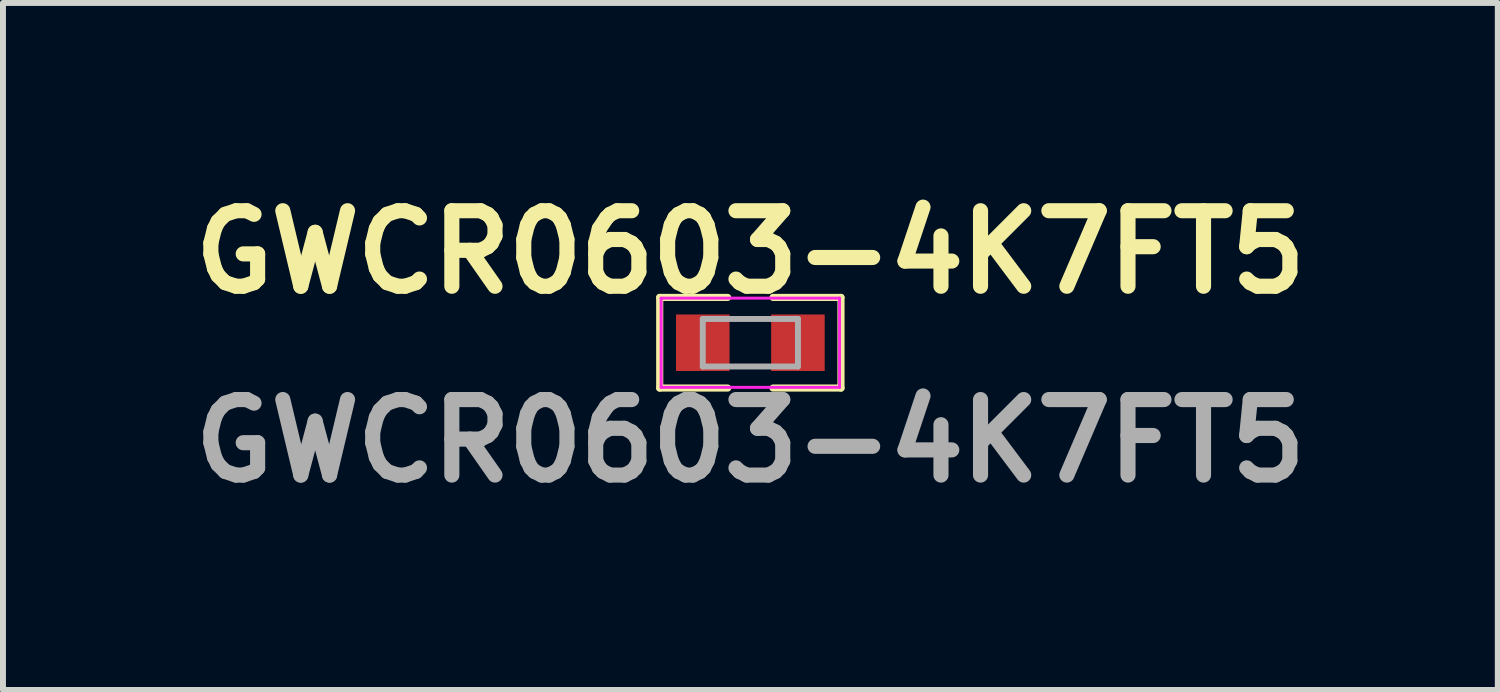
<source format=kicad_pcb>
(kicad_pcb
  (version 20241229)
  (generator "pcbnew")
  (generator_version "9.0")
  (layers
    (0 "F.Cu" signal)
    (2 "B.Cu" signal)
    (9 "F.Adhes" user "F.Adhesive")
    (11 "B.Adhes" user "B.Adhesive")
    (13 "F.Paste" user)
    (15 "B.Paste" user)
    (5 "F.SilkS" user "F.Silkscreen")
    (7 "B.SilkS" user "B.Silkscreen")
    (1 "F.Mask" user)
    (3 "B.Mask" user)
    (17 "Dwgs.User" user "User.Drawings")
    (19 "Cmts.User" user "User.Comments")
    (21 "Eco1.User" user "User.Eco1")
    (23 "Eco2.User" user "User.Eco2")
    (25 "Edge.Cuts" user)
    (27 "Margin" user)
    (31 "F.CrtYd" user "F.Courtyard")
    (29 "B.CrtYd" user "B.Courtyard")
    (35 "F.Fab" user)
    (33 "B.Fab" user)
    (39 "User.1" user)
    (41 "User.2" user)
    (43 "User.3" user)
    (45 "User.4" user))
  (footprint "GWCR0603-4K7FT5"
    (layer "F.Cu")
    (at 9.567 2.713)
    (property "Reference" "GWCR0603-4K7FT5" (at 0 -1.524 0) (layer "F.SilkS") (effects (font (size 1.27 1.27) (thickness 0.254))))
    (attr smd)
    (fp_line (start -1.524 -0.762) (end -1.524 0.762) (stroke (width 0.12) (type solid)) (layer "F.SilkS"))
    (fp_line (start -1.524 0.762) (end -0.381 0.762) (stroke (width 0.12) (type solid)) (layer "F.SilkS"))
    (fp_line (start -0.381 -0.762) (end -1.524 -0.762) (stroke (width 0.12) (type solid)) (layer "F.SilkS"))
    (fp_line (start 0.381 -0.762) (end 1.524 -0.762) (stroke (width 0.12) (type solid)) (layer "F.SilkS"))
    (fp_line (start 1.524 -0.762) (end 1.524 0.762) (stroke (width 0.12) (type solid)) (layer "F.SilkS"))
    (fp_line (start 1.524 0.762) (end 0.381 0.762) (stroke (width 0.12) (type solid)) (layer "F.SilkS"))
    (fp_line (start -1.5 -0.75) (end 1.5 -0.75) (stroke (width 0.05) (type solid)) (layer "F.CrtYd"))
    (fp_line (start -1.5 0.75) (end -1.5 -0.75) (stroke (width 0.05) (type solid)) (layer "F.CrtYd"))
    (fp_line (start 1.5 -0.75) (end 1.5 0.75) (stroke (width 0.05) (type solid)) (layer "F.CrtYd"))
    (fp_line (start 1.5 0.75) (end -1.5 0.75) (stroke (width 0.05) (type solid)) (layer "F.CrtYd"))
    (fp_line (start -0.8 -0.4) (end 0.8 -0.4) (stroke (width 0.1) (type solid)) (layer "F.Fab"))
    (fp_line (start -0.8 0.4) (end -0.8 -0.4) (stroke (width 0.1) (type solid)) (layer "F.Fab"))
    (fp_line (start 0.8 -0.4) (end 0.8 0.4) (stroke (width 0.1) (type solid)) (layer "F.Fab"))
    (fp_line (start 0.8 0.4) (end -0.8 0.4) (stroke (width 0.1) (type solid)) (layer "F.Fab"))
    (fp_text user "${REFERENCE}" (at 0 1.651 0) (layer "F.Fab") (effects (font (size 1.27 1.27) (thickness 0.254))))
    (pad "1" smd rect (at -0.8 0) (size 0.9 0.95) (layers "F.Cu" "F.Mask" "F.Paste"))
    (pad "2" smd rect (at 0.8 0) (size 0.9 0.95) (layers "F.Cu" "F.Mask" "F.Paste")))
  (gr_rect
    (start -3 -3)
    (end 22.135 8.552)
    (stroke (width 0.1) (type default))
    (fill no)
    (layer "Edge.Cuts")))
</source>
